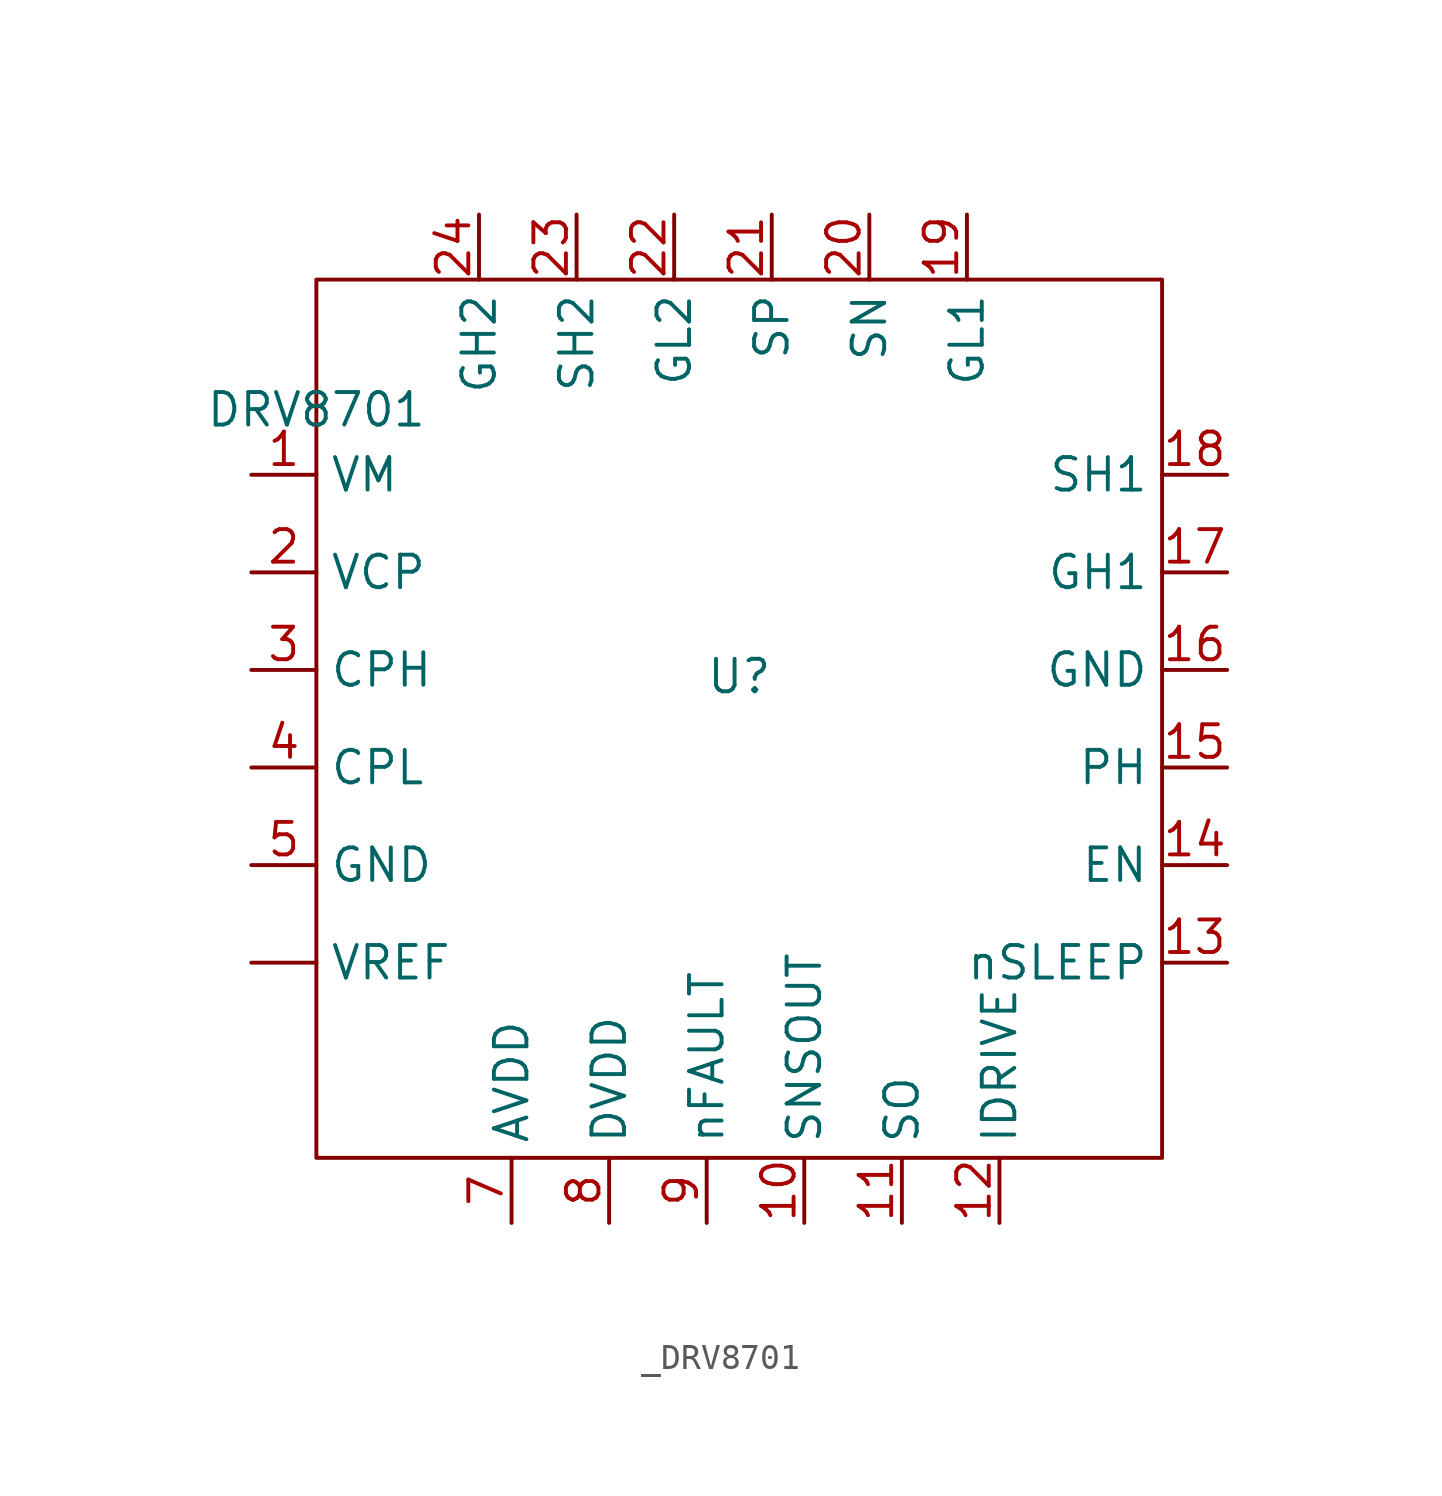
<source format=kicad_sym>
(kicad_symbol_lib
  (version 20231120)
  (generator "kicad_symbol_editor")
  (generator_version "8.0")
  (symbol "_DRV8701"
    (property "Reference" "U"
      (at 0 -0.254 0)
      (effects (font (size 1.27 1.27))))
    (property "Value" " DRV8701"
      (at -16.51 10.16 0)
      (effects (font (size 1.27 1.27))))
    (symbol "_DRV8701_0_1"
      (rectangle (start -16.51 15.24) (end 16.51 -19.05) (stroke (width 0) (type default)) (fill (type none))))
    (symbol "_DRV8701_1_1"
      (pin input line (at -19.05 -11.43 0) (length 2.54) (name "VREF" (effects (font (size 1.27 1.27)))) (number "" (effects (font (size 1.27 1.27)))))
      (pin input line (at -19.05 7.62 0) (length 2.54) (name "VM" (effects (font (size 1.27 1.27)))) (number "1" (effects (font (size 1.27 1.27)))))
      (pin input line (at 2.54 -21.59 90) (length 2.54) (name "SNSOUT" (effects (font (size 1.27 1.27)))) (number "10" (effects (font (size 1.27 1.27)))))
      (pin input line (at 6.35 -21.59 90) (length 2.54) (name "SO" (effects (font (size 1.27 1.27)))) (number "11" (effects (font (size 1.27 1.27)))))
      (pin input line (at 10.16 -21.59 90) (length 2.54) (name "IDRIVE" (effects (font (size 1.27 1.27)))) (number "12" (effects (font (size 1.27 1.27)))))
      (pin input line (at 19.05 -11.43 180) (length 2.54) (name "nSLEEP" (effects (font (size 1.27 1.27)))) (number "13" (effects (font (size 1.27 1.27)))))
      (pin input line (at 19.05 -7.62 180) (length 2.54) (name "EN" (effects (font (size 1.27 1.27)))) (number "14" (effects (font (size 1.27 1.27)))))
      (pin input line (at 19.05 -3.81 180) (length 2.54) (name "PH" (effects (font (size 1.27 1.27)))) (number "15" (effects (font (size 1.27 1.27)))))
      (pin input line (at 19.05 0 180) (length 2.54) (name "GND" (effects (font (size 1.27 1.27)))) (number "16" (effects (font (size 1.27 1.27)))))
      (pin input line (at 19.05 3.81 180) (length 2.54) (name "GH1" (effects (font (size 1.27 1.27)))) (number "17" (effects (font (size 1.27 1.27)))))
      (pin input line (at 19.05 7.62 180) (length 2.54) (name "SH1" (effects (font (size 1.27 1.27)))) (number "18" (effects (font (size 1.27 1.27)))))
      (pin input line (at 8.89 17.78 270) (length 2.54) (name "GL1" (effects (font (size 1.27 1.27)))) (number "19" (effects (font (size 1.27 1.27)))))
      (pin input line (at -19.05 3.81 0) (length 2.54) (name "VCP" (effects (font (size 1.27 1.27)))) (number "2" (effects (font (size 1.27 1.27)))))
      (pin input line (at 5.08 17.78 270) (length 2.54) (name "SN" (effects (font (size 1.27 1.27)))) (number "20" (effects (font (size 1.27 1.27)))))
      (pin input line (at 1.27 17.78 270) (length 2.54) (name "SP" (effects (font (size 1.27 1.27)))) (number "21" (effects (font (size 1.27 1.27)))))
      (pin input line (at -2.54 17.78 270) (length 2.54) (name "GL2" (effects (font (size 1.27 1.27)))) (number "22" (effects (font (size 1.27 1.27)))))
      (pin input line (at -6.35 17.78 270) (length 2.54) (name "SH2" (effects (font (size 1.27 1.27)))) (number "23" (effects (font (size 1.27 1.27)))))
      (pin input line (at -10.16 17.78 270) (length 2.54) (name "GH2" (effects (font (size 1.27 1.27)))) (number "24" (effects (font (size 1.27 1.27)))))
      (pin input line (at -19.05 0 0) (length 2.54) (name "CPH" (effects (font (size 1.27 1.27)))) (number "3" (effects (font (size 1.27 1.27)))))
      (pin input line (at -19.05 -3.81 0) (length 2.54) (name "CPL" (effects (font (size 1.27 1.27)))) (number "4" (effects (font (size 1.27 1.27)))))
      (pin input line (at -19.05 -7.62 0) (length 2.54) (name "GND" (effects (font (size 1.27 1.27)))) (number "5" (effects (font (size 1.27 1.27)))))
      (pin input line (at -8.89 -21.59 90) (length 2.54) (name "AVDD" (effects (font (size 1.27 1.27)))) (number "7" (effects (font (size 1.27 1.27)))))
      (pin input line (at -5.08 -21.59 90) (length 2.54) (name "DVDD" (effects (font (size 1.27 1.27)))) (number "8" (effects (font (size 1.27 1.27)))))
      (pin input line (at -1.27 -21.59 90) (length 2.54) (name "nFAULT" (effects (font (size 1.27 1.27)))) (number "9" (effects (font (size 1.27 1.27))))))))
</source>
